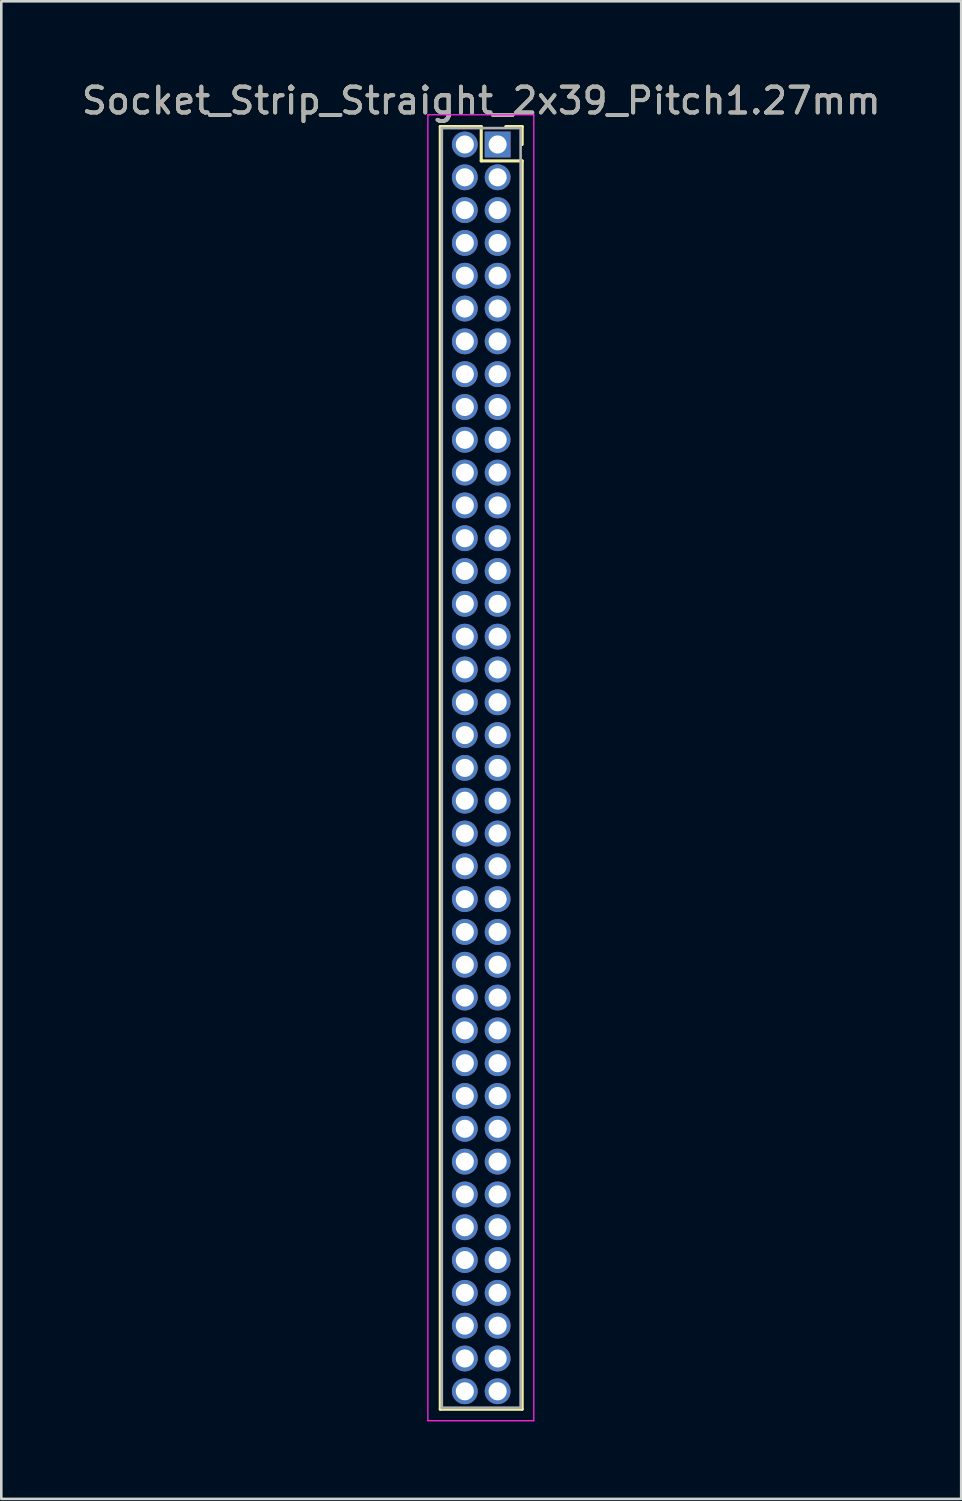
<source format=kicad_pcb>
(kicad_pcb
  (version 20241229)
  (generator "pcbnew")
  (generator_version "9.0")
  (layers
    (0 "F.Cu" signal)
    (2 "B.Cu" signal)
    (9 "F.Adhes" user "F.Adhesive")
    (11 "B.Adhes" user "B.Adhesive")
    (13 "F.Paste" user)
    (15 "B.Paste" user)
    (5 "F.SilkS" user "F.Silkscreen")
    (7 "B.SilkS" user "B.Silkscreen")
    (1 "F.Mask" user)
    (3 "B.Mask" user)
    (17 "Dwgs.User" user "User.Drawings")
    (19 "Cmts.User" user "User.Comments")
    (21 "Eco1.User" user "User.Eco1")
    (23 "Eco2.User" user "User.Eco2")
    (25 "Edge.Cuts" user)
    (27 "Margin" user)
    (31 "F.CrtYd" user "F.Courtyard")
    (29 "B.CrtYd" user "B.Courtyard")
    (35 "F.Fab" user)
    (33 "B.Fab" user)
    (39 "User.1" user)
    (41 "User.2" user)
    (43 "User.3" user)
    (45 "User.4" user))
  (footprint "Socket_Strip_Straight_2x39_Pitch1.27mm"
    (layer "F.Cu")
    (at 16.212 2.543)
    (property "Reference" "Socket_Strip_Straight_2x39_Pitch1.27mm" (at -0.635 -1.695 0) (layer "F.SilkS") (effects (font (size 1 1) (thickness 0.15))))
    (attr through_hole)
    (fp_line (start -2.22 -0.695) (end -0.635 -0.695) (stroke (width 0.12) (type solid)) (layer "F.SilkS"))
    (fp_line (start -2.22 48.955) (end -2.22 -0.695) (stroke (width 0.12) (type solid)) (layer "F.SilkS"))
    (fp_line (start -0.635 -0.695) (end -0.635 0.635) (stroke (width 0.12) (type solid)) (layer "F.SilkS"))
    (fp_line (start -0.635 0.635) (end 0.95 0.635) (stroke (width 0.12) (type solid)) (layer "F.SilkS"))
    (fp_line (start 0.95 -0.695) (end 0.315 -0.695) (stroke (width 0.12) (type solid)) (layer "F.SilkS"))
    (fp_line (start 0.95 0) (end 0.95 -0.695) (stroke (width 0.12) (type solid)) (layer "F.SilkS"))
    (fp_line (start 0.95 0.635) (end 0.95 48.955) (stroke (width 0.12) (type solid)) (layer "F.SilkS"))
    (fp_line (start 0.95 48.955) (end -2.22 48.955) (stroke (width 0.12) (type solid)) (layer "F.SilkS"))
    (fp_line (start -2.7 -1.15) (end -2.7 49.4) (stroke (width 0.05) (type solid)) (layer "F.CrtYd"))
    (fp_line (start -2.7 49.4) (end 1.4 49.4) (stroke (width 0.05) (type solid)) (layer "F.CrtYd"))
    (fp_line (start 1.4 -1.15) (end -2.7 -1.15) (stroke (width 0.05) (type solid)) (layer "F.CrtYd"))
    (fp_line (start 1.4 49.4) (end 1.4 -1.15) (stroke (width 0.05) (type solid)) (layer "F.CrtYd"))
    (fp_line (start -2.16 -0.635) (end -2.16 48.895) (stroke (width 0.1) (type solid)) (layer "F.Fab"))
    (fp_line (start -2.16 48.895) (end 0.89 48.895) (stroke (width 0.1) (type solid)) (layer "F.Fab"))
    (fp_line (start 0.89 -0.635) (end -2.16 -0.635) (stroke (width 0.1) (type solid)) (layer "F.Fab"))
    (fp_line (start 0.89 48.895) (end 0.89 -0.635) (stroke (width 0.1) (type solid)) (layer "F.Fab"))
    (fp_text user "${REFERENCE}" (at -0.635 -1.695 0) (layer "F.Fab") (effects (font (size 1 1) (thickness 0.15))))
    (pad "1" thru_hole rect (at 0 0) (size 1 1) (drill 0.7) (layers "*.Cu" "*.Mask"))
    (pad "2" thru_hole oval (at -1.27 0) (size 1 1) (drill 0.7) (layers "*.Cu" "*.Mask"))
    (pad "3" thru_hole oval (at 0 1.27) (size 1 1) (drill 0.7) (layers "*.Cu" "*.Mask"))
    (pad "4" thru_hole oval (at -1.27 1.27) (size 1 1) (drill 0.7) (layers "*.Cu" "*.Mask"))
    (pad "5" thru_hole oval (at 0 2.54) (size 1 1) (drill 0.7) (layers "*.Cu" "*.Mask"))
    (pad "6" thru_hole oval (at -1.27 2.54) (size 1 1) (drill 0.7) (layers "*.Cu" "*.Mask"))
    (pad "7" thru_hole oval (at 0 3.81) (size 1 1) (drill 0.7) (layers "*.Cu" "*.Mask"))
    (pad "8" thru_hole oval (at -1.27 3.81) (size 1 1) (drill 0.7) (layers "*.Cu" "*.Mask"))
    (pad "9" thru_hole oval (at 0 5.08) (size 1 1) (drill 0.7) (layers "*.Cu" "*.Mask"))
    (pad "10" thru_hole oval (at -1.27 5.08) (size 1 1) (drill 0.7) (layers "*.Cu" "*.Mask"))
    (pad "11" thru_hole oval (at 0 6.35) (size 1 1) (drill 0.7) (layers "*.Cu" "*.Mask"))
    (pad "12" thru_hole oval (at -1.27 6.35) (size 1 1) (drill 0.7) (layers "*.Cu" "*.Mask"))
    (pad "13" thru_hole oval (at 0 7.62) (size 1 1) (drill 0.7) (layers "*.Cu" "*.Mask"))
    (pad "14" thru_hole oval (at -1.27 7.62) (size 1 1) (drill 0.7) (layers "*.Cu" "*.Mask"))
    (pad "15" thru_hole oval (at 0 8.89) (size 1 1) (drill 0.7) (layers "*.Cu" "*.Mask"))
    (pad "16" thru_hole oval (at -1.27 8.89) (size 1 1) (drill 0.7) (layers "*.Cu" "*.Mask"))
    (pad "17" thru_hole oval (at 0 10.16) (size 1 1) (drill 0.7) (layers "*.Cu" "*.Mask"))
    (pad "18" thru_hole oval (at -1.27 10.16) (size 1 1) (drill 0.7) (layers "*.Cu" "*.Mask"))
    (pad "19" thru_hole oval (at 0 11.43) (size 1 1) (drill 0.7) (layers "*.Cu" "*.Mask"))
    (pad "20" thru_hole oval (at -1.27 11.43) (size 1 1) (drill 0.7) (layers "*.Cu" "*.Mask"))
    (pad "21" thru_hole oval (at 0 12.7) (size 1 1) (drill 0.7) (layers "*.Cu" "*.Mask"))
    (pad "22" thru_hole oval (at -1.27 12.7) (size 1 1) (drill 0.7) (layers "*.Cu" "*.Mask"))
    (pad "23" thru_hole oval (at 0 13.97) (size 1 1) (drill 0.7) (layers "*.Cu" "*.Mask"))
    (pad "24" thru_hole oval (at -1.27 13.97) (size 1 1) (drill 0.7) (layers "*.Cu" "*.Mask"))
    (pad "25" thru_hole oval (at 0 15.24) (size 1 1) (drill 0.7) (layers "*.Cu" "*.Mask"))
    (pad "26" thru_hole oval (at -1.27 15.24) (size 1 1) (drill 0.7) (layers "*.Cu" "*.Mask"))
    (pad "27" thru_hole oval (at 0 16.51) (size 1 1) (drill 0.7) (layers "*.Cu" "*.Mask"))
    (pad "28" thru_hole oval (at -1.27 16.51) (size 1 1) (drill 0.7) (layers "*.Cu" "*.Mask"))
    (pad "29" thru_hole oval (at 0 17.78) (size 1 1) (drill 0.7) (layers "*.Cu" "*.Mask"))
    (pad "30" thru_hole oval (at -1.27 17.78) (size 1 1) (drill 0.7) (layers "*.Cu" "*.Mask"))
    (pad "31" thru_hole oval (at 0 19.05) (size 1 1) (drill 0.7) (layers "*.Cu" "*.Mask"))
    (pad "32" thru_hole oval (at -1.27 19.05) (size 1 1) (drill 0.7) (layers "*.Cu" "*.Mask"))
    (pad "33" thru_hole oval (at 0 20.32) (size 1 1) (drill 0.7) (layers "*.Cu" "*.Mask"))
    (pad "34" thru_hole oval (at -1.27 20.32) (size 1 1) (drill 0.7) (layers "*.Cu" "*.Mask"))
    (pad "35" thru_hole oval (at 0 21.59) (size 1 1) (drill 0.7) (layers "*.Cu" "*.Mask"))
    (pad "36" thru_hole oval (at -1.27 21.59) (size 1 1) (drill 0.7) (layers "*.Cu" "*.Mask"))
    (pad "37" thru_hole oval (at 0 22.86) (size 1 1) (drill 0.7) (layers "*.Cu" "*.Mask"))
    (pad "38" thru_hole oval (at -1.27 22.86) (size 1 1) (drill 0.7) (layers "*.Cu" "*.Mask"))
    (pad "39" thru_hole oval (at 0 24.13) (size 1 1) (drill 0.7) (layers "*.Cu" "*.Mask"))
    (pad "40" thru_hole oval (at -1.27 24.13) (size 1 1) (drill 0.7) (layers "*.Cu" "*.Mask"))
    (pad "41" thru_hole oval (at 0 25.4) (size 1 1) (drill 0.7) (layers "*.Cu" "*.Mask"))
    (pad "42" thru_hole oval (at -1.27 25.4) (size 1 1) (drill 0.7) (layers "*.Cu" "*.Mask"))
    (pad "43" thru_hole oval (at 0 26.67) (size 1 1) (drill 0.7) (layers "*.Cu" "*.Mask"))
    (pad "44" thru_hole oval (at -1.27 26.67) (size 1 1) (drill 0.7) (layers "*.Cu" "*.Mask"))
    (pad "45" thru_hole oval (at 0 27.94) (size 1 1) (drill 0.7) (layers "*.Cu" "*.Mask"))
    (pad "46" thru_hole oval (at -1.27 27.94) (size 1 1) (drill 0.7) (layers "*.Cu" "*.Mask"))
    (pad "47" thru_hole oval (at 0 29.21) (size 1 1) (drill 0.7) (layers "*.Cu" "*.Mask"))
    (pad "48" thru_hole oval (at -1.27 29.21) (size 1 1) (drill 0.7) (layers "*.Cu" "*.Mask"))
    (pad "49" thru_hole oval (at 0 30.48) (size 1 1) (drill 0.7) (layers "*.Cu" "*.Mask"))
    (pad "50" thru_hole oval (at -1.27 30.48) (size 1 1) (drill 0.7) (layers "*.Cu" "*.Mask"))
    (pad "51" thru_hole oval (at 0 31.75) (size 1 1) (drill 0.7) (layers "*.Cu" "*.Mask"))
    (pad "52" thru_hole oval (at -1.27 31.75) (size 1 1) (drill 0.7) (layers "*.Cu" "*.Mask"))
    (pad "53" thru_hole oval (at 0 33.02) (size 1 1) (drill 0.7) (layers "*.Cu" "*.Mask"))
    (pad "54" thru_hole oval (at -1.27 33.02) (size 1 1) (drill 0.7) (layers "*.Cu" "*.Mask"))
    (pad "55" thru_hole oval (at 0 34.29) (size 1 1) (drill 0.7) (layers "*.Cu" "*.Mask"))
    (pad "56" thru_hole oval (at -1.27 34.29) (size 1 1) (drill 0.7) (layers "*.Cu" "*.Mask"))
    (pad "57" thru_hole oval (at 0 35.56) (size 1 1) (drill 0.7) (layers "*.Cu" "*.Mask"))
    (pad "58" thru_hole oval (at -1.27 35.56) (size 1 1) (drill 0.7) (layers "*.Cu" "*.Mask"))
    (pad "59" thru_hole oval (at 0 36.83) (size 1 1) (drill 0.7) (layers "*.Cu" "*.Mask"))
    (pad "60" thru_hole oval (at -1.27 36.83) (size 1 1) (drill 0.7) (layers "*.Cu" "*.Mask"))
    (pad "61" thru_hole oval (at 0 38.1) (size 1 1) (drill 0.7) (layers "*.Cu" "*.Mask"))
    (pad "62" thru_hole oval (at -1.27 38.1) (size 1 1) (drill 0.7) (layers "*.Cu" "*.Mask"))
    (pad "63" thru_hole oval (at 0 39.37) (size 1 1) (drill 0.7) (layers "*.Cu" "*.Mask"))
    (pad "64" thru_hole oval (at -1.27 39.37) (size 1 1) (drill 0.7) (layers "*.Cu" "*.Mask"))
    (pad "65" thru_hole oval (at 0 40.64) (size 1 1) (drill 0.7) (layers "*.Cu" "*.Mask"))
    (pad "66" thru_hole oval (at -1.27 40.64) (size 1 1) (drill 0.7) (layers "*.Cu" "*.Mask"))
    (pad "67" thru_hole oval (at 0 41.91) (size 1 1) (drill 0.7) (layers "*.Cu" "*.Mask"))
    (pad "68" thru_hole oval (at -1.27 41.91) (size 1 1) (drill 0.7) (layers "*.Cu" "*.Mask"))
    (pad "69" thru_hole oval (at 0 43.18) (size 1 1) (drill 0.7) (layers "*.Cu" "*.Mask"))
    (pad "70" thru_hole oval (at -1.27 43.18) (size 1 1) (drill 0.7) (layers "*.Cu" "*.Mask"))
    (pad "71" thru_hole oval (at 0 44.45) (size 1 1) (drill 0.7) (layers "*.Cu" "*.Mask"))
    (pad "72" thru_hole oval (at -1.27 44.45) (size 1 1) (drill 0.7) (layers "*.Cu" "*.Mask"))
    (pad "73" thru_hole oval (at 0 45.72) (size 1 1) (drill 0.7) (layers "*.Cu" "*.Mask"))
    (pad "74" thru_hole oval (at -1.27 45.72) (size 1 1) (drill 0.7) (layers "*.Cu" "*.Mask"))
    (pad "75" thru_hole oval (at 0 46.99) (size 1 1) (drill 0.7) (layers "*.Cu" "*.Mask"))
    (pad "76" thru_hole oval (at -1.27 46.99) (size 1 1) (drill 0.7) (layers "*.Cu" "*.Mask"))
    (pad "77" thru_hole oval (at 0 48.26) (size 1 1) (drill 0.7) (layers "*.Cu" "*.Mask"))
    (pad "78" thru_hole oval (at -1.27 48.26) (size 1 1) (drill 0.7) (layers "*.Cu" "*.Mask")))
  (gr_rect
    (start -3 -3)
    (end 34.155 54.968)
    (stroke (width 0.1) (type default))
    (fill no)
    (layer "Edge.Cuts")))
</source>
